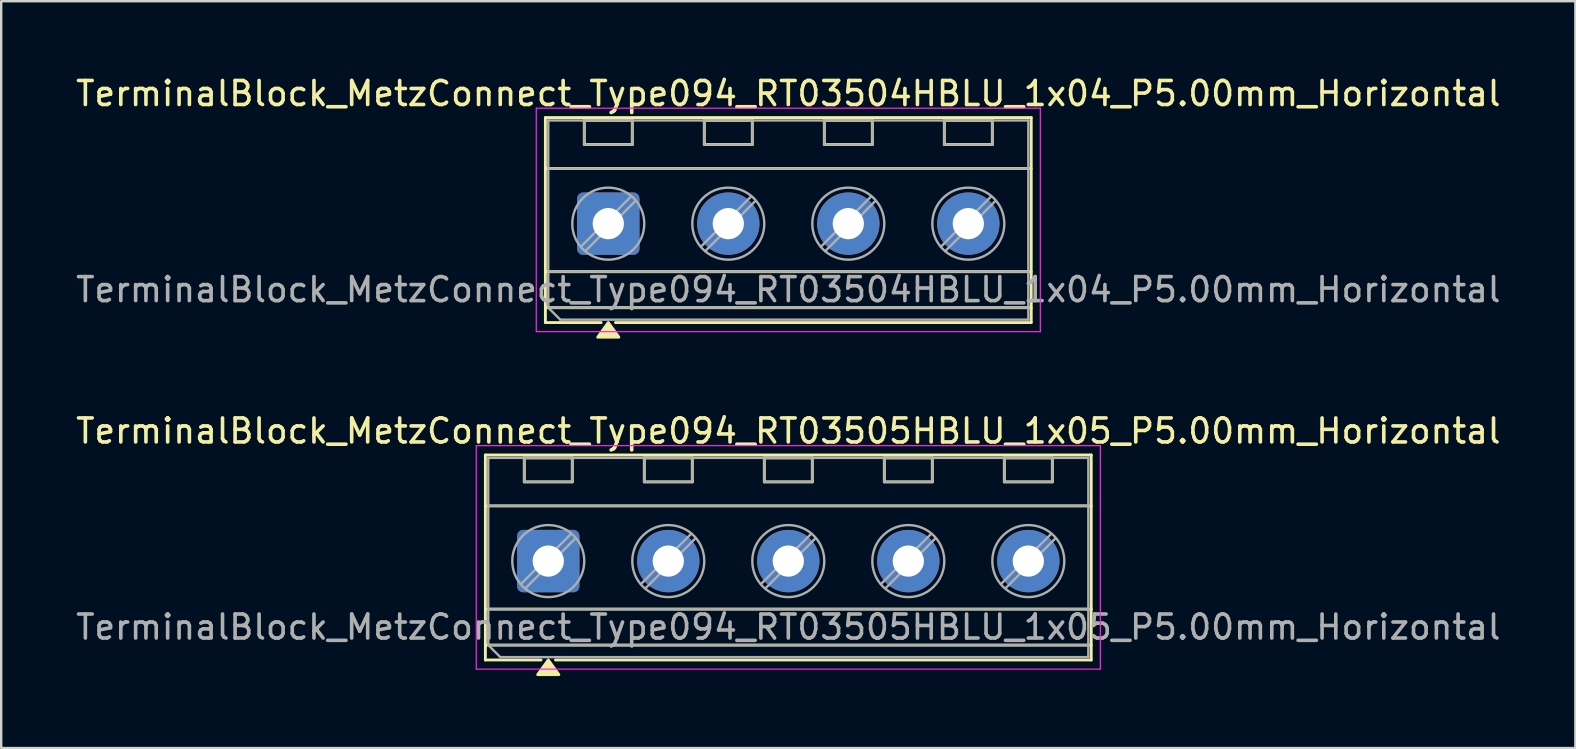
<source format=kicad_pcb>
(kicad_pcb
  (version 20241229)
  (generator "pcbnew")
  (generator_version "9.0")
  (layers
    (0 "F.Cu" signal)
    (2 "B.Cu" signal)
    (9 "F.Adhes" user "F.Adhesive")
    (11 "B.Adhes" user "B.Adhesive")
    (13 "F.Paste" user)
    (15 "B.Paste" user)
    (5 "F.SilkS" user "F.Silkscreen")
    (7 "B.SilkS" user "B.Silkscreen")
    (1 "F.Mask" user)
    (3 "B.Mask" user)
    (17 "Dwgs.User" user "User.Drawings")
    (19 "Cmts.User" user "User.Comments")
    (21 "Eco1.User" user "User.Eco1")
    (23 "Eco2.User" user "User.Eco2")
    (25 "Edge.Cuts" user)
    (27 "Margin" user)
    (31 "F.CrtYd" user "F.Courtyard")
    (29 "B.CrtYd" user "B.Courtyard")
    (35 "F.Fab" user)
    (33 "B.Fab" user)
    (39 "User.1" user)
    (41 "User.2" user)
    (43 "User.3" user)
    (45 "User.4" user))
  (footprint "TerminalBlock_MetzConnect_Type094_RT03505HBLU_1x05_P5.00mm_Horizontal"
    (layer "F.Cu")
    (at 19.792 20.326)
    (property "Reference" "TerminalBlock_MetzConnect_Type094_RT03505HBLU_1x05_P5.00mm_Horizontal" (at 10 -5.42 0) (layer "F.SilkS") (effects (font (size 1 1) (thickness 0.15))))
    (attr through_hole)
    (fp_line (start -2.62 -4.42) (end -2.62 4.12) (stroke (width 0.12) (type solid)) (layer "F.SilkS"))
    (fp_line (start -2.62 -4.42) (end 22.62 -4.42) (stroke (width 0.12) (type solid)) (layer "F.SilkS"))
    (fp_line (start -2.62 -2.3) (end 22.62 -2.3) (stroke (width 0.12) (type solid)) (layer "F.SilkS"))
    (fp_line (start -2.62 2) (end 22.62 2) (stroke (width 0.12) (type solid)) (layer "F.SilkS"))
    (fp_line (start -2.62 3.5) (end 22.62 3.5) (stroke (width 0.12) (type solid)) (layer "F.SilkS"))
    (fp_line (start -2.62 4.12) (end -0.3 4.12) (stroke (width 0.12) (type solid)) (layer "F.SilkS"))
    (fp_line (start -1 -4.3) (end -1 -3.3) (stroke (width 0.12) (type solid)) (layer "F.SilkS"))
    (fp_line (start -1 -4.3) (end 1 -4.3) (stroke (width 0.12) (type solid)) (layer "F.SilkS"))
    (fp_line (start -1 -3.3) (end 1 -3.3) (stroke (width 0.12) (type solid)) (layer "F.SilkS"))
    (fp_line (start 0.3 4.12) (end 22.62 4.12) (stroke (width 0.12) (type solid)) (layer "F.SilkS"))
    (fp_line (start 1 -4.3) (end 1 -3.3) (stroke (width 0.12) (type solid)) (layer "F.SilkS"))
    (fp_line (start 4 -4.3) (end 4 -3.3) (stroke (width 0.12) (type solid)) (layer "F.SilkS"))
    (fp_line (start 4 -4.3) (end 6 -4.3) (stroke (width 0.12) (type solid)) (layer "F.SilkS"))
    (fp_line (start 4 -3.3) (end 6 -3.3) (stroke (width 0.12) (type solid)) (layer "F.SilkS"))
    (fp_line (start 6 -4.3) (end 6 -3.3) (stroke (width 0.12) (type solid)) (layer "F.SilkS"))
    (fp_line (start 9 -4.3) (end 9 -3.3) (stroke (width 0.12) (type solid)) (layer "F.SilkS"))
    (fp_line (start 9 -4.3) (end 11 -4.3) (stroke (width 0.12) (type solid)) (layer "F.SilkS"))
    (fp_line (start 9 -3.3) (end 11 -3.3) (stroke (width 0.12) (type solid)) (layer "F.SilkS"))
    (fp_line (start 11 -4.3) (end 11 -3.3) (stroke (width 0.12) (type solid)) (layer "F.SilkS"))
    (fp_line (start 14 -4.3) (end 14 -3.3) (stroke (width 0.12) (type solid)) (layer "F.SilkS"))
    (fp_line (start 14 -4.3) (end 16 -4.3) (stroke (width 0.12) (type solid)) (layer "F.SilkS"))
    (fp_line (start 14 -3.3) (end 16 -3.3) (stroke (width 0.12) (type solid)) (layer "F.SilkS"))
    (fp_line (start 16 -4.3) (end 16 -3.3) (stroke (width 0.12) (type solid)) (layer "F.SilkS"))
    (fp_line (start 19 -4.3) (end 19 -3.3) (stroke (width 0.12) (type solid)) (layer "F.SilkS"))
    (fp_line (start 19 -4.3) (end 21 -4.3) (stroke (width 0.12) (type solid)) (layer "F.SilkS"))
    (fp_line (start 19 -3.3) (end 21 -3.3) (stroke (width 0.12) (type solid)) (layer "F.SilkS"))
    (fp_line (start 21 -4.3) (end 21 -3.3) (stroke (width 0.12) (type solid)) (layer "F.SilkS"))
    (fp_line (start 22.62 -4.42) (end 22.62 4.12) (stroke (width 0.12) (type solid)) (layer "F.SilkS"))
    (fp_poly (pts (xy 0 4.12) (xy 0.44 4.73) (xy -0.44 4.73)) (stroke (width 0.12) (type solid)) (fill yes) (layer "F.SilkS"))
    (fp_line (start -3 -4.81) (end -3 4.5) (stroke (width 0.05) (type solid)) (layer "F.CrtYd"))
    (fp_line (start -3 4.5) (end 23 4.5) (stroke (width 0.05) (type solid)) (layer "F.CrtYd"))
    (fp_line (start 23 -4.81) (end -3 -4.81) (stroke (width 0.05) (type solid)) (layer "F.CrtYd"))
    (fp_line (start 23 4.5) (end 23 -4.81) (stroke (width 0.05) (type solid)) (layer "F.CrtYd"))
    (fp_line (start -2.5 -4.3) (end 22.5 -4.3) (stroke (width 0.1) (type solid)) (layer "F.Fab"))
    (fp_line (start -2.5 -2.3) (end 22.5 -2.3) (stroke (width 0.1) (type solid)) (layer "F.Fab"))
    (fp_line (start -2.5 2) (end 22.5 2) (stroke (width 0.1) (type solid)) (layer "F.Fab"))
    (fp_line (start -2.5 3.5) (end -2.5 -4.3) (stroke (width 0.1) (type solid)) (layer "F.Fab"))
    (fp_line (start -2.5 3.5) (end 22.5 3.5) (stroke (width 0.1) (type solid)) (layer "F.Fab"))
    (fp_line (start -2 4) (end -2.5 3.5) (stroke (width 0.1) (type solid)) (layer "F.Fab"))
    (fp_line (start -1 -4.3) (end -1 -3.3) (stroke (width 0.1) (type solid)) (layer "F.Fab"))
    (fp_line (start -1 -3.3) (end 1 -3.3) (stroke (width 0.1) (type solid)) (layer "F.Fab"))
    (fp_line (start 0.955 -1.138) (end -1.138 0.955) (stroke (width 0.1) (type solid)) (layer "F.Fab"))
    (fp_line (start 1 -4.3) (end -1 -4.3) (stroke (width 0.1) (type solid)) (layer "F.Fab"))
    (fp_line (start 1 -3.3) (end 1 -4.3) (stroke (width 0.1) (type solid)) (layer "F.Fab"))
    (fp_line (start 1.138 -0.955) (end -0.955 1.138) (stroke (width 0.1) (type solid)) (layer "F.Fab"))
    (fp_line (start 4 -4.3) (end 4 -3.3) (stroke (width 0.1) (type solid)) (layer "F.Fab"))
    (fp_line (start 4 -3.3) (end 6 -3.3) (stroke (width 0.1) (type solid)) (layer "F.Fab"))
    (fp_line (start 5.955 -1.138) (end 3.862 0.955) (stroke (width 0.1) (type solid)) (layer "F.Fab"))
    (fp_line (start 6 -4.3) (end 4 -4.3) (stroke (width 0.1) (type solid)) (layer "F.Fab"))
    (fp_line (start 6 -3.3) (end 6 -4.3) (stroke (width 0.1) (type solid)) (layer "F.Fab"))
    (fp_line (start 6.138 -0.955) (end 4.045 1.138) (stroke (width 0.1) (type solid)) (layer "F.Fab"))
    (fp_line (start 9 -4.3) (end 9 -3.3) (stroke (width 0.1) (type solid)) (layer "F.Fab"))
    (fp_line (start 9 -3.3) (end 11 -3.3) (stroke (width 0.1) (type solid)) (layer "F.Fab"))
    (fp_line (start 10.955 -1.138) (end 8.862 0.955) (stroke (width 0.1) (type solid)) (layer "F.Fab"))
    (fp_line (start 11 -4.3) (end 9 -4.3) (stroke (width 0.1) (type solid)) (layer "F.Fab"))
    (fp_line (start 11 -3.3) (end 11 -4.3) (stroke (width 0.1) (type solid)) (layer "F.Fab"))
    (fp_line (start 11.138 -0.955) (end 9.045 1.138) (stroke (width 0.1) (type solid)) (layer "F.Fab"))
    (fp_line (start 14 -4.3) (end 14 -3.3) (stroke (width 0.1) (type solid)) (layer "F.Fab"))
    (fp_line (start 14 -3.3) (end 16 -3.3) (stroke (width 0.1) (type solid)) (layer "F.Fab"))
    (fp_line (start 15.955 -1.138) (end 13.862 0.955) (stroke (width 0.1) (type solid)) (layer "F.Fab"))
    (fp_line (start 16 -4.3) (end 14 -4.3) (stroke (width 0.1) (type solid)) (layer "F.Fab"))
    (fp_line (start 16 -3.3) (end 16 -4.3) (stroke (width 0.1) (type solid)) (layer "F.Fab"))
    (fp_line (start 16.138 -0.955) (end 14.045 1.138) (stroke (width 0.1) (type solid)) (layer "F.Fab"))
    (fp_line (start 19 -4.3) (end 19 -3.3) (stroke (width 0.1) (type solid)) (layer "F.Fab"))
    (fp_line (start 19 -3.3) (end 21 -3.3) (stroke (width 0.1) (type solid)) (layer "F.Fab"))
    (fp_line (start 20.955 -1.138) (end 18.862 0.955) (stroke (width 0.1) (type solid)) (layer "F.Fab"))
    (fp_line (start 21 -4.3) (end 19 -4.3) (stroke (width 0.1) (type solid)) (layer "F.Fab"))
    (fp_line (start 21 -3.3) (end 21 -4.3) (stroke (width 0.1) (type solid)) (layer "F.Fab"))
    (fp_line (start 21.138 -0.955) (end 19.045 1.138) (stroke (width 0.1) (type solid)) (layer "F.Fab"))
    (fp_line (start 22.5 -4.3) (end 22.5 4) (stroke (width 0.1) (type solid)) (layer "F.Fab"))
    (fp_line (start 22.5 4) (end -2 4) (stroke (width 0.1) (type solid)) (layer "F.Fab"))
    (fp_circle (center 0 0) (end 1.5 0) (stroke (width 0.1) (type solid)) (fill no) (layer "F.Fab"))
    (fp_circle (center 5 0) (end 6.5 0) (stroke (width 0.1) (type solid)) (fill no) (layer "F.Fab"))
    (fp_circle (center 10 0) (end 11.5 0) (stroke (width 0.1) (type solid)) (fill no) (layer "F.Fab"))
    (fp_circle (center 15 0) (end 16.5 0) (stroke (width 0.1) (type solid)) (fill no) (layer "F.Fab"))
    (fp_circle (center 20 0) (end 21.5 0) (stroke (width 0.1) (type solid)) (fill no) (layer "F.Fab"))
    (fp_text user "${REFERENCE}" (at 10 2.75 0) (layer "F.Fab") (effects (font (size 1 1) (thickness 0.15))))
    (pad "1" thru_hole roundrect (at 0 0) (size 2.6 2.6) (drill 1.3) (layers "*.Cu" "*.Mask") (roundrect_rratio 0.096))
    (pad "2" thru_hole circle (at 5 0) (size 2.6 2.6) (drill 1.3) (layers "*.Cu" "*.Mask"))
    (pad "3" thru_hole circle (at 10 0) (size 2.6 2.6) (drill 1.3) (layers "*.Cu" "*.Mask"))
    (pad "4" thru_hole circle (at 15 0) (size 2.6 2.6) (drill 1.3) (layers "*.Cu" "*.Mask"))
    (pad "5" thru_hole circle (at 20 0) (size 2.6 2.6) (drill 1.3) (layers "*.Cu" "*.Mask")))
  (footprint "TerminalBlock_MetzConnect_Type094_RT03504HBLU_1x04_P5.00mm_Horizontal"
    (layer "F.Cu")
    (at 22.292 6.268)
    (property "Reference" "TerminalBlock_MetzConnect_Type094_RT03504HBLU_1x04_P5.00mm_Horizontal" (at 7.5 -5.42 0) (layer "F.SilkS") (effects (font (size 1 1) (thickness 0.15))))
    (attr through_hole)
    (fp_line (start -2.62 -4.42) (end -2.62 4.12) (stroke (width 0.12) (type solid)) (layer "F.SilkS"))
    (fp_line (start -2.62 -4.42) (end 17.62 -4.42) (stroke (width 0.12) (type solid)) (layer "F.SilkS"))
    (fp_line (start -2.62 -2.3) (end 17.62 -2.3) (stroke (width 0.12) (type solid)) (layer "F.SilkS"))
    (fp_line (start -2.62 2) (end 17.62 2) (stroke (width 0.12) (type solid)) (layer "F.SilkS"))
    (fp_line (start -2.62 3.5) (end 17.62 3.5) (stroke (width 0.12) (type solid)) (layer "F.SilkS"))
    (fp_line (start -2.62 4.12) (end -0.3 4.12) (stroke (width 0.12) (type solid)) (layer "F.SilkS"))
    (fp_line (start -1 -4.3) (end -1 -3.3) (stroke (width 0.12) (type solid)) (layer "F.SilkS"))
    (fp_line (start -1 -4.3) (end 1 -4.3) (stroke (width 0.12) (type solid)) (layer "F.SilkS"))
    (fp_line (start -1 -3.3) (end 1 -3.3) (stroke (width 0.12) (type solid)) (layer "F.SilkS"))
    (fp_line (start 0.3 4.12) (end 17.62 4.12) (stroke (width 0.12) (type solid)) (layer "F.SilkS"))
    (fp_line (start 1 -4.3) (end 1 -3.3) (stroke (width 0.12) (type solid)) (layer "F.SilkS"))
    (fp_line (start 4 -4.3) (end 4 -3.3) (stroke (width 0.12) (type solid)) (layer "F.SilkS"))
    (fp_line (start 4 -4.3) (end 6 -4.3) (stroke (width 0.12) (type solid)) (layer "F.SilkS"))
    (fp_line (start 4 -3.3) (end 6 -3.3) (stroke (width 0.12) (type solid)) (layer "F.SilkS"))
    (fp_line (start 6 -4.3) (end 6 -3.3) (stroke (width 0.12) (type solid)) (layer "F.SilkS"))
    (fp_line (start 9 -4.3) (end 9 -3.3) (stroke (width 0.12) (type solid)) (layer "F.SilkS"))
    (fp_line (start 9 -4.3) (end 11 -4.3) (stroke (width 0.12) (type solid)) (layer "F.SilkS"))
    (fp_line (start 9 -3.3) (end 11 -3.3) (stroke (width 0.12) (type solid)) (layer "F.SilkS"))
    (fp_line (start 11 -4.3) (end 11 -3.3) (stroke (width 0.12) (type solid)) (layer "F.SilkS"))
    (fp_line (start 14 -4.3) (end 14 -3.3) (stroke (width 0.12) (type solid)) (layer "F.SilkS"))
    (fp_line (start 14 -4.3) (end 16 -4.3) (stroke (width 0.12) (type solid)) (layer "F.SilkS"))
    (fp_line (start 14 -3.3) (end 16 -3.3) (stroke (width 0.12) (type solid)) (layer "F.SilkS"))
    (fp_line (start 16 -4.3) (end 16 -3.3) (stroke (width 0.12) (type solid)) (layer "F.SilkS"))
    (fp_line (start 17.62 -4.42) (end 17.62 4.12) (stroke (width 0.12) (type solid)) (layer "F.SilkS"))
    (fp_poly (pts (xy 0 4.12) (xy 0.44 4.73) (xy -0.44 4.73)) (stroke (width 0.12) (type solid)) (fill yes) (layer "F.SilkS"))
    (fp_line (start -3 -4.81) (end -3 4.5) (stroke (width 0.05) (type solid)) (layer "F.CrtYd"))
    (fp_line (start -3 4.5) (end 18 4.5) (stroke (width 0.05) (type solid)) (layer "F.CrtYd"))
    (fp_line (start 18 -4.81) (end -3 -4.81) (stroke (width 0.05) (type solid)) (layer "F.CrtYd"))
    (fp_line (start 18 4.5) (end 18 -4.81) (stroke (width 0.05) (type solid)) (layer "F.CrtYd"))
    (fp_line (start -2.5 -4.3) (end 17.5 -4.3) (stroke (width 0.1) (type solid)) (layer "F.Fab"))
    (fp_line (start -2.5 -2.3) (end 17.5 -2.3) (stroke (width 0.1) (type solid)) (layer "F.Fab"))
    (fp_line (start -2.5 2) (end 17.5 2) (stroke (width 0.1) (type solid)) (layer "F.Fab"))
    (fp_line (start -2.5 3.5) (end -2.5 -4.3) (stroke (width 0.1) (type solid)) (layer "F.Fab"))
    (fp_line (start -2.5 3.5) (end 17.5 3.5) (stroke (width 0.1) (type solid)) (layer "F.Fab"))
    (fp_line (start -2 4) (end -2.5 3.5) (stroke (width 0.1) (type solid)) (layer "F.Fab"))
    (fp_line (start -1 -4.3) (end -1 -3.3) (stroke (width 0.1) (type solid)) (layer "F.Fab"))
    (fp_line (start -1 -3.3) (end 1 -3.3) (stroke (width 0.1) (type solid)) (layer "F.Fab"))
    (fp_line (start 0.955 -1.138) (end -1.138 0.955) (stroke (width 0.1) (type solid)) (layer "F.Fab"))
    (fp_line (start 1 -4.3) (end -1 -4.3) (stroke (width 0.1) (type solid)) (layer "F.Fab"))
    (fp_line (start 1 -3.3) (end 1 -4.3) (stroke (width 0.1) (type solid)) (layer "F.Fab"))
    (fp_line (start 1.138 -0.955) (end -0.955 1.138) (stroke (width 0.1) (type solid)) (layer "F.Fab"))
    (fp_line (start 4 -4.3) (end 4 -3.3) (stroke (width 0.1) (type solid)) (layer "F.Fab"))
    (fp_line (start 4 -3.3) (end 6 -3.3) (stroke (width 0.1) (type solid)) (layer "F.Fab"))
    (fp_line (start 5.955 -1.138) (end 3.862 0.955) (stroke (width 0.1) (type solid)) (layer "F.Fab"))
    (fp_line (start 6 -4.3) (end 4 -4.3) (stroke (width 0.1) (type solid)) (layer "F.Fab"))
    (fp_line (start 6 -3.3) (end 6 -4.3) (stroke (width 0.1) (type solid)) (layer "F.Fab"))
    (fp_line (start 6.138 -0.955) (end 4.045 1.138) (stroke (width 0.1) (type solid)) (layer "F.Fab"))
    (fp_line (start 9 -4.3) (end 9 -3.3) (stroke (width 0.1) (type solid)) (layer "F.Fab"))
    (fp_line (start 9 -3.3) (end 11 -3.3) (stroke (width 0.1) (type solid)) (layer "F.Fab"))
    (fp_line (start 10.955 -1.138) (end 8.862 0.955) (stroke (width 0.1) (type solid)) (layer "F.Fab"))
    (fp_line (start 11 -4.3) (end 9 -4.3) (stroke (width 0.1) (type solid)) (layer "F.Fab"))
    (fp_line (start 11 -3.3) (end 11 -4.3) (stroke (width 0.1) (type solid)) (layer "F.Fab"))
    (fp_line (start 11.138 -0.955) (end 9.045 1.138) (stroke (width 0.1) (type solid)) (layer "F.Fab"))
    (fp_line (start 14 -4.3) (end 14 -3.3) (stroke (width 0.1) (type solid)) (layer "F.Fab"))
    (fp_line (start 14 -3.3) (end 16 -3.3) (stroke (width 0.1) (type solid)) (layer "F.Fab"))
    (fp_line (start 15.955 -1.138) (end 13.862 0.955) (stroke (width 0.1) (type solid)) (layer "F.Fab"))
    (fp_line (start 16 -4.3) (end 14 -4.3) (stroke (width 0.1) (type solid)) (layer "F.Fab"))
    (fp_line (start 16 -3.3) (end 16 -4.3) (stroke (width 0.1) (type solid)) (layer "F.Fab"))
    (fp_line (start 16.138 -0.955) (end 14.045 1.138) (stroke (width 0.1) (type solid)) (layer "F.Fab"))
    (fp_line (start 17.5 -4.3) (end 17.5 4) (stroke (width 0.1) (type solid)) (layer "F.Fab"))
    (fp_line (start 17.5 4) (end -2 4) (stroke (width 0.1) (type solid)) (layer "F.Fab"))
    (fp_circle (center 0 0) (end 1.5 0) (stroke (width 0.1) (type solid)) (fill no) (layer "F.Fab"))
    (fp_circle (center 5 0) (end 6.5 0) (stroke (width 0.1) (type solid)) (fill no) (layer "F.Fab"))
    (fp_circle (center 10 0) (end 11.5 0) (stroke (width 0.1) (type solid)) (fill no) (layer "F.Fab"))
    (fp_circle (center 15 0) (end 16.5 0) (stroke (width 0.1) (type solid)) (fill no) (layer "F.Fab"))
    (fp_text user "${REFERENCE}" (at 7.5 2.75 0) (layer "F.Fab") (effects (font (size 1 1) (thickness 0.15))))
    (pad "1" thru_hole roundrect (at 0 0) (size 2.6 2.6) (drill 1.3) (layers "*.Cu" "*.Mask") (roundrect_rratio 0.096))
    (pad "2" thru_hole circle (at 5 0) (size 2.6 2.6) (drill 1.3) (layers "*.Cu" "*.Mask"))
    (pad "3" thru_hole circle (at 10 0) (size 2.6 2.6) (drill 1.3) (layers "*.Cu" "*.Mask"))
    (pad "4" thru_hole circle (at 15 0) (size 2.6 2.6) (drill 1.3) (layers "*.Cu" "*.Mask")))
  (gr_rect
    (start -3 -3)
    (end 62.583 28.116)
    (stroke (width 0.1) (type default))
    (fill no)
    (layer "Edge.Cuts")))
</source>
